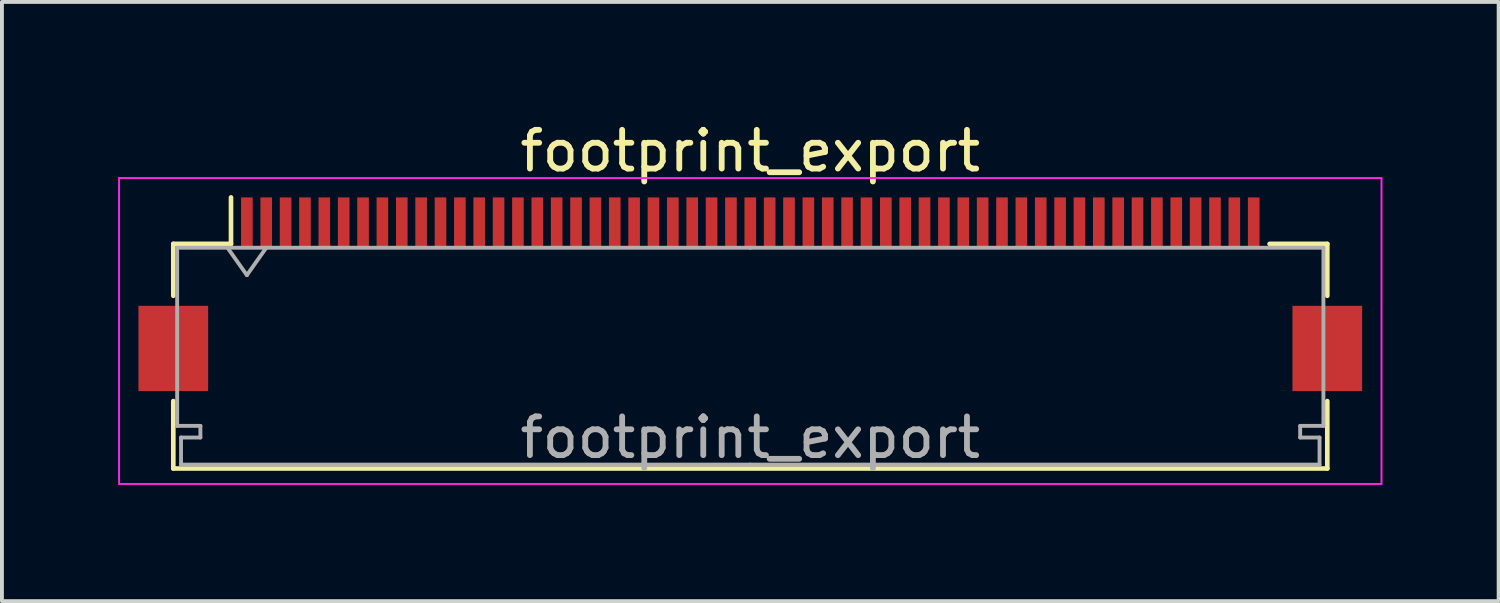
<source format=kicad_pcb>
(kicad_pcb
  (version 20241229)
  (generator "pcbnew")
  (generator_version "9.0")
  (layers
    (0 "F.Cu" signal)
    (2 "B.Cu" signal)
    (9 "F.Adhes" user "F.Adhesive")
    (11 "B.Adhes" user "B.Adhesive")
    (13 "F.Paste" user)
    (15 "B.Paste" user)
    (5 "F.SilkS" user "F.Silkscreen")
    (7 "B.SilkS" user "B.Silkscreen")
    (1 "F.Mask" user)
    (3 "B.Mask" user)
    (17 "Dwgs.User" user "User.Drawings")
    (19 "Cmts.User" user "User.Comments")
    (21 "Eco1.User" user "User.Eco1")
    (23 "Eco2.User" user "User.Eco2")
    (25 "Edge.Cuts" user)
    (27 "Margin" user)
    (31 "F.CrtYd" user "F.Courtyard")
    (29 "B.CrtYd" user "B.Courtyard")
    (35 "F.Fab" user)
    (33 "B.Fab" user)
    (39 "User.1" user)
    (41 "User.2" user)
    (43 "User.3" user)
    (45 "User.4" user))
  (footprint "footprint_export"
    (layer "F.Cu")
    (at 16.325 4.548)
    (property "Reference" "footprint_export" (at 0 -3.7 0) (layer "F.SilkS") (effects (font (size 1 1) (thickness 0.15))))
    (attr smd)
    (fp_line (start -14.9 -1.3) (end -14.9 0.04) (stroke (width 0.12) (type solid)) (layer "F.SilkS"))
    (fp_line (start -14.9 2.76) (end -14.9 4.5) (stroke (width 0.12) (type solid)) (layer "F.SilkS"))
    (fp_line (start -14.9 4.5) (end 14.9 4.5) (stroke (width 0.12) (type solid)) (layer "F.SilkS"))
    (fp_line (start -13.41 -1.3) (end -14.9 -1.3) (stroke (width 0.12) (type solid)) (layer "F.SilkS"))
    (fp_line (start -13.41 -1.3) (end -13.41 -2.5) (stroke (width 0.12) (type solid)) (layer "F.SilkS"))
    (fp_line (start 13.41 -1.3) (end 14.9 -1.3) (stroke (width 0.12) (type solid)) (layer "F.SilkS"))
    (fp_line (start 14.9 -1.3) (end 14.9 0.04) (stroke (width 0.12) (type solid)) (layer "F.SilkS"))
    (fp_line (start 14.9 4.5) (end 14.9 2.76) (stroke (width 0.12) (type solid)) (layer "F.SilkS"))
    (fp_line (start -16.3 -3) (end -16.3 4.9) (stroke (width 0.05) (type solid)) (layer "F.CrtYd"))
    (fp_line (start -16.3 4.9) (end 16.3 4.9) (stroke (width 0.05) (type solid)) (layer "F.CrtYd"))
    (fp_line (start 16.3 -3) (end -16.3 -3) (stroke (width 0.05) (type solid)) (layer "F.CrtYd"))
    (fp_line (start 16.3 4.9) (end 16.3 -3) (stroke (width 0.05) (type solid)) (layer "F.CrtYd"))
    (fp_line (start -14.8 -1.2) (end -14.8 3.4) (stroke (width 0.1) (type solid)) (layer "F.Fab"))
    (fp_line (start -14.8 3.4) (end -14.2 3.4) (stroke (width 0.1) (type solid)) (layer "F.Fab"))
    (fp_line (start -14.7 3.7) (end -14.7 4.4) (stroke (width 0.1) (type solid)) (layer "F.Fab"))
    (fp_line (start -14.7 4.4) (end 0 4.4) (stroke (width 0.1) (type solid)) (layer "F.Fab"))
    (fp_line (start -14.2 3.4) (end -14.2 3.7) (stroke (width 0.1) (type solid)) (layer "F.Fab"))
    (fp_line (start -14.2 3.7) (end -14.7 3.7) (stroke (width 0.1) (type solid)) (layer "F.Fab"))
    (fp_line (start -13.5 -1.2) (end -13 -0.493) (stroke (width 0.1) (type solid)) (layer "F.Fab"))
    (fp_line (start -13 -0.493) (end -12.5 -1.2) (stroke (width 0.1) (type solid)) (layer "F.Fab"))
    (fp_line (start 0 -1.2) (end -14.8 -1.2) (stroke (width 0.1) (type solid)) (layer "F.Fab"))
    (fp_line (start 0 -1.2) (end 14.8 -1.2) (stroke (width 0.1) (type solid)) (layer "F.Fab"))
    (fp_line (start 14.2 3.4) (end 14.2 3.7) (stroke (width 0.1) (type solid)) (layer "F.Fab"))
    (fp_line (start 14.2 3.7) (end 14.7 3.7) (stroke (width 0.1) (type solid)) (layer "F.Fab"))
    (fp_line (start 14.7 3.7) (end 14.7 4.4) (stroke (width 0.1) (type solid)) (layer "F.Fab"))
    (fp_line (start 14.7 4.4) (end 0 4.4) (stroke (width 0.1) (type solid)) (layer "F.Fab"))
    (fp_line (start 14.8 -1.2) (end 14.8 3.4) (stroke (width 0.1) (type solid)) (layer "F.Fab"))
    (fp_line (start 14.8 3.4) (end 14.2 3.4) (stroke (width 0.1) (type solid)) (layer "F.Fab"))
    (fp_text user "${REFERENCE}" (at 0 3.7 0) (layer "F.Fab") (effects (font (size 1 1) (thickness 0.15))))
    (pad "1" smd rect (at -13 -1.85) (size 0.3 1.3) (layers "F.Cu" "F.Mask" "F.Paste"))
    (pad "2" smd rect (at -12.5 -1.85) (size 0.3 1.3) (layers "F.Cu" "F.Mask" "F.Paste"))
    (pad "3" smd rect (at -12 -1.85) (size 0.3 1.3) (layers "F.Cu" "F.Mask" "F.Paste"))
    (pad "4" smd rect (at -11.5 -1.85) (size 0.3 1.3) (layers "F.Cu" "F.Mask" "F.Paste"))
    (pad "5" smd rect (at -11 -1.85) (size 0.3 1.3) (layers "F.Cu" "F.Mask" "F.Paste"))
    (pad "6" smd rect (at -10.5 -1.85) (size 0.3 1.3) (layers "F.Cu" "F.Mask" "F.Paste"))
    (pad "7" smd rect (at -10 -1.85) (size 0.3 1.3) (layers "F.Cu" "F.Mask" "F.Paste"))
    (pad "8" smd rect (at -9.5 -1.85) (size 0.3 1.3) (layers "F.Cu" "F.Mask" "F.Paste"))
    (pad "9" smd rect (at -9 -1.85) (size 0.3 1.3) (layers "F.Cu" "F.Mask" "F.Paste"))
    (pad "10" smd rect (at -8.5 -1.85) (size 0.3 1.3) (layers "F.Cu" "F.Mask" "F.Paste"))
    (pad "11" smd rect (at -8 -1.85) (size 0.3 1.3) (layers "F.Cu" "F.Mask" "F.Paste"))
    (pad "12" smd rect (at -7.5 -1.85) (size 0.3 1.3) (layers "F.Cu" "F.Mask" "F.Paste"))
    (pad "13" smd rect (at -7 -1.85) (size 0.3 1.3) (layers "F.Cu" "F.Mask" "F.Paste"))
    (pad "14" smd rect (at -6.5 -1.85) (size 0.3 1.3) (layers "F.Cu" "F.Mask" "F.Paste"))
    (pad "15" smd rect (at -6 -1.85) (size 0.3 1.3) (layers "F.Cu" "F.Mask" "F.Paste"))
    (pad "16" smd rect (at -5.5 -1.85) (size 0.3 1.3) (layers "F.Cu" "F.Mask" "F.Paste"))
    (pad "17" smd rect (at -5 -1.85) (size 0.3 1.3) (layers "F.Cu" "F.Mask" "F.Paste"))
    (pad "18" smd rect (at -4.5 -1.85) (size 0.3 1.3) (layers "F.Cu" "F.Mask" "F.Paste"))
    (pad "19" smd rect (at -4 -1.85) (size 0.3 1.3) (layers "F.Cu" "F.Mask" "F.Paste"))
    (pad "20" smd rect (at -3.5 -1.85) (size 0.3 1.3) (layers "F.Cu" "F.Mask" "F.Paste"))
    (pad "21" smd rect (at -3 -1.85) (size 0.3 1.3) (layers "F.Cu" "F.Mask" "F.Paste"))
    (pad "22" smd rect (at -2.5 -1.85) (size 0.3 1.3) (layers "F.Cu" "F.Mask" "F.Paste"))
    (pad "23" smd rect (at -2 -1.85) (size 0.3 1.3) (layers "F.Cu" "F.Mask" "F.Paste"))
    (pad "24" smd rect (at -1.5 -1.85) (size 0.3 1.3) (layers "F.Cu" "F.Mask" "F.Paste"))
    (pad "25" smd rect (at -1 -1.85) (size 0.3 1.3) (layers "F.Cu" "F.Mask" "F.Paste"))
    (pad "26" smd rect (at -0.5 -1.85) (size 0.3 1.3) (layers "F.Cu" "F.Mask" "F.Paste"))
    (pad "27" smd rect (at 0 -1.85) (size 0.3 1.3) (layers "F.Cu" "F.Mask" "F.Paste"))
    (pad "28" smd rect (at 0.5 -1.85) (size 0.3 1.3) (layers "F.Cu" "F.Mask" "F.Paste"))
    (pad "29" smd rect (at 1 -1.85) (size 0.3 1.3) (layers "F.Cu" "F.Mask" "F.Paste"))
    (pad "30" smd rect (at 1.5 -1.85) (size 0.3 1.3) (layers "F.Cu" "F.Mask" "F.Paste"))
    (pad "31" smd rect (at 2 -1.85) (size 0.3 1.3) (layers "F.Cu" "F.Mask" "F.Paste"))
    (pad "32" smd rect (at 2.5 -1.85) (size 0.3 1.3) (layers "F.Cu" "F.Mask" "F.Paste"))
    (pad "33" smd rect (at 3 -1.85) (size 0.3 1.3) (layers "F.Cu" "F.Mask" "F.Paste"))
    (pad "34" smd rect (at 3.5 -1.85) (size 0.3 1.3) (layers "F.Cu" "F.Mask" "F.Paste"))
    (pad "35" smd rect (at 4 -1.85) (size 0.3 1.3) (layers "F.Cu" "F.Mask" "F.Paste"))
    (pad "36" smd rect (at 4.5 -1.85) (size 0.3 1.3) (layers "F.Cu" "F.Mask" "F.Paste"))
    (pad "37" smd rect (at 5 -1.85) (size 0.3 1.3) (layers "F.Cu" "F.Mask" "F.Paste"))
    (pad "38" smd rect (at 5.5 -1.85) (size 0.3 1.3) (layers "F.Cu" "F.Mask" "F.Paste"))
    (pad "39" smd rect (at 6 -1.85) (size 0.3 1.3) (layers "F.Cu" "F.Mask" "F.Paste"))
    (pad "40" smd rect (at 6.5 -1.85) (size 0.3 1.3) (layers "F.Cu" "F.Mask" "F.Paste"))
    (pad "41" smd rect (at 7 -1.85) (size 0.3 1.3) (layers "F.Cu" "F.Mask" "F.Paste"))
    (pad "42" smd rect (at 7.5 -1.85) (size 0.3 1.3) (layers "F.Cu" "F.Mask" "F.Paste"))
    (pad "43" smd rect (at 8 -1.85) (size 0.3 1.3) (layers "F.Cu" "F.Mask" "F.Paste"))
    (pad "44" smd rect (at 8.5 -1.85) (size 0.3 1.3) (layers "F.Cu" "F.Mask" "F.Paste"))
    (pad "45" smd rect (at 9 -1.85) (size 0.3 1.3) (layers "F.Cu" "F.Mask" "F.Paste"))
    (pad "46" smd rect (at 9.5 -1.85) (size 0.3 1.3) (layers "F.Cu" "F.Mask" "F.Paste"))
    (pad "47" smd rect (at 10 -1.85) (size 0.3 1.3) (layers "F.Cu" "F.Mask" "F.Paste"))
    (pad "48" smd rect (at 10.5 -1.85) (size 0.3 1.3) (layers "F.Cu" "F.Mask" "F.Paste"))
    (pad "49" smd rect (at 11 -1.85) (size 0.3 1.3) (layers "F.Cu" "F.Mask" "F.Paste"))
    (pad "50" smd rect (at 11.5 -1.85) (size 0.3 1.3) (layers "F.Cu" "F.Mask" "F.Paste"))
    (pad "51" smd rect (at 12 -1.85) (size 0.3 1.3) (layers "F.Cu" "F.Mask" "F.Paste"))
    (pad "52" smd rect (at 12.5 -1.85) (size 0.3 1.3) (layers "F.Cu" "F.Mask" "F.Paste"))
    (pad "53" smd rect (at 13 -1.85) (size 0.3 1.3) (layers "F.Cu" "F.Mask" "F.Paste"))
    (pad "MP" smd rect (at -14.9 1.4) (size 1.8 2.2) (layers "F.Cu" "F.Mask" "F.Paste"))
    (pad "MP" smd rect (at 14.9 1.4) (size 1.8 2.2) (layers "F.Cu" "F.Mask" "F.Paste")))
  (gr_rect
    (start -3 -3)
    (end 35.65 12.473)
    (stroke (width 0.1) (type default))
    (fill no)
    (layer "Edge.Cuts")))
</source>
